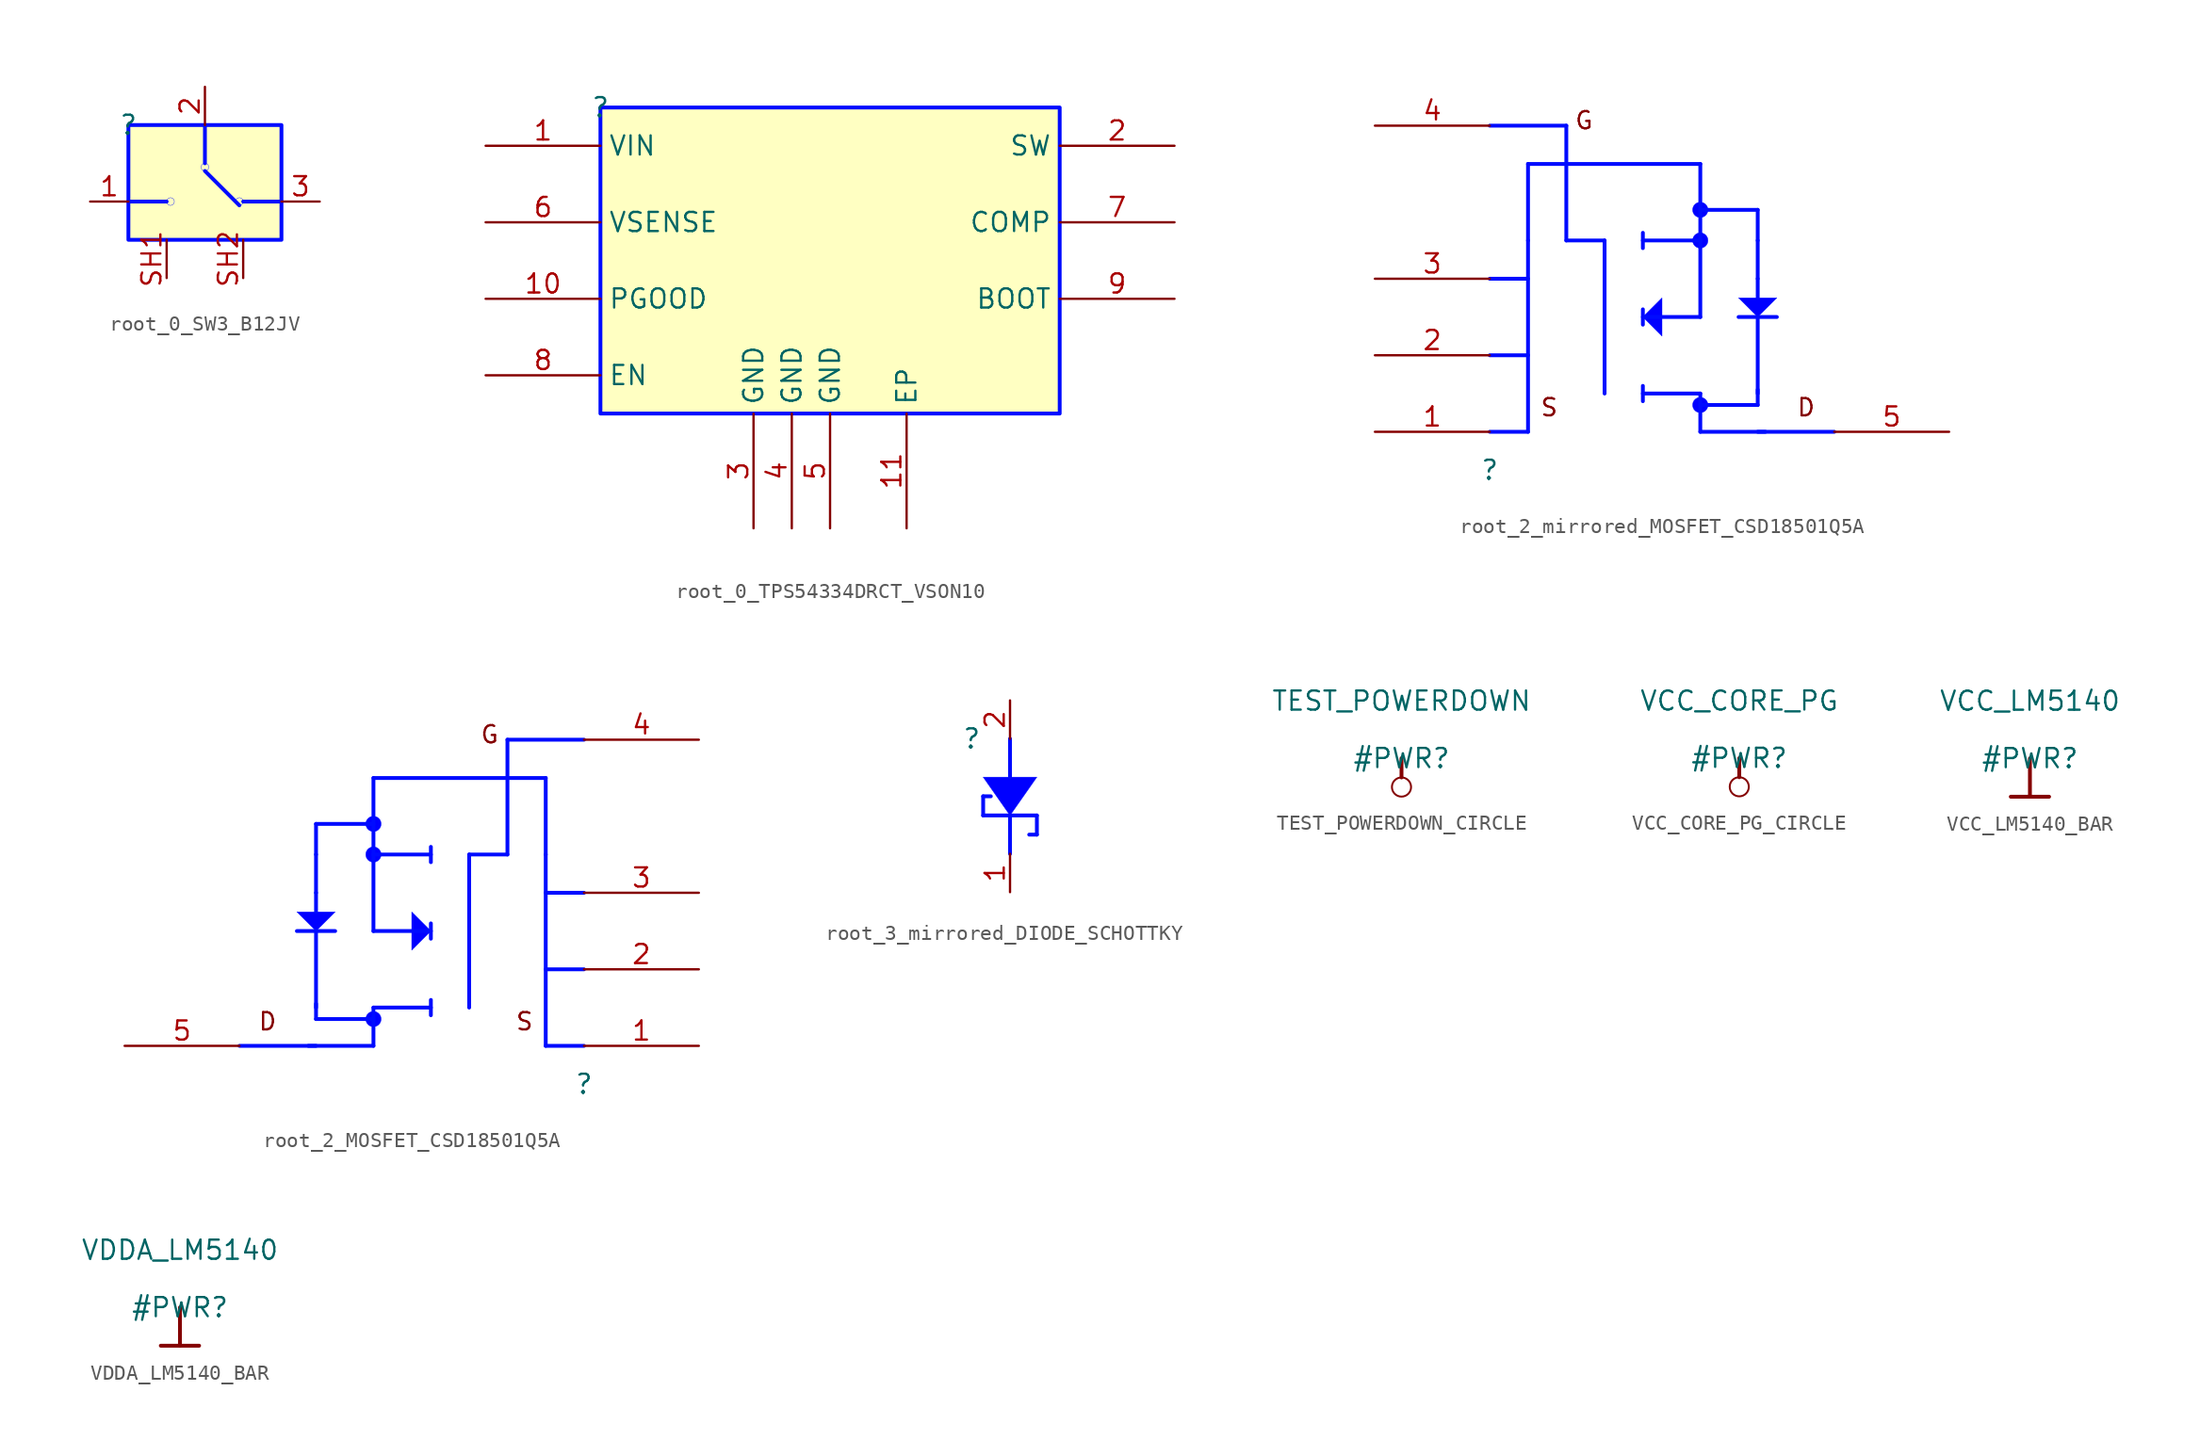
<source format=kicad_sym>
(kicad_symbol_lib
  (version 20231120)
  (generator "kicad_symbol_editor")
  (generator_version "8.0")
  (symbol "root_0_SW3_B12JV"
    (property "Reference" ""
      (at 0 0 0)
      (effects (font (size 1.27 1.27))))
    (property "Value" ""
      (at 0 0 0)
      (effects (font (size 1.27 1.27))))
    (symbol "root_0_SW3_B12JV_1_0"
      (polyline (pts (xy 0 -5.08) (xy 2.54 -5.08)) (stroke (width 0.254) (type solid) (color 0 11 255 1)) (fill (type none)))
      (polyline (pts (xy 5.08 -3.048) (xy 7.366 -5.334)) (stroke (width 0.254) (type solid) (color 0 11 255 1)) (fill (type none)))
      (polyline (pts (xy 5.08 -2.54) (xy 5.08 0)) (stroke (width 0.254) (type solid) (color 0 11 255 1)) (fill (type none)))
      (polyline (pts (xy 7.62 -5.08) (xy 10.16 -5.08)) (stroke (width 0.254) (type solid) (color 0 11 255 1)) (fill (type none)))
      (circle (center 2.794 -5.08) (radius 0.254) (stroke (width 0.025) (type solid) (color 0 11 255 1)) (fill (type none)))
      (circle (center 5.08 -2.794) (radius 0.254) (stroke (width 0.025) (type solid) (color 0 11 255 1)) (fill (type none)))
      (circle (center 7.366 -5.08) (radius 0.254) (stroke (width 0.025) (type solid) (color 0 11 255 1)) (fill (type none)))
      (rectangle (start 10.16 0) (end 0 -7.62) (stroke (width 0.254) (type solid) (color 0 11 255 1)) (fill (type background)))
      (pin passive line (at -2.54 -5.08 0) (length 2.54) (name "1" (effects (font (size 0 0)))) (number "1" (effects (font (size 1.27 1.27)))))
      (pin passive line (at 5.08 2.54 270) (length 2.54) (name "2" (effects (font (size 0 0)))) (number "2" (effects (font (size 1.27 1.27)))))
      (pin passive line (at 12.7 -5.08 180) (length 2.54) (name "3" (effects (font (size 0 0)))) (number "3" (effects (font (size 1.27 1.27)))))
      (pin passive line (at 2.54 -10.16 90) (length 2.54) (name "SH1" (effects (font (size 0 0)))) (number "SH1" (effects (font (size 1.27 1.27)))))
      (pin passive line (at 7.62 -10.16 90) (length 2.54) (name "SH2" (effects (font (size 0 0)))) (number "SH2" (effects (font (size 1.27 1.27)))))))
  (symbol "root_0_TPS54334DRCT_VSON10"
    (property "Reference" ""
      (at 0 0 0)
      (effects (font (size 1.27 1.27))))
    (property "Value" ""
      (at 0 0 0)
      (effects (font (size 1.27 1.27))))
    (symbol "root_0_TPS54334DRCT_VSON10_1_0"
      (rectangle (start 30.48 0) (end 0 -20.32) (stroke (width 0.254) (type solid) (color 0 11 255 1)) (fill (type background)))
      (pin input line (at -7.62 -2.54 0) (length 7.62) (name "VIN" (effects (font (size 1.27 1.27)))) (number "1" (effects (font (size 1.27 1.27)))))
      (pin passive line (at -7.62 -12.7 0) (length 7.62) (name "PGOOD" (effects (font (size 1.27 1.27)))) (number "10" (effects (font (size 1.27 1.27)))))
      (pin power_in line (at 20.32 -27.94 90) (length 7.62) (name "EP" (effects (font (size 1.27 1.27)))) (number "11" (effects (font (size 1.27 1.27)))))
      (pin passive line (at 38.1 -2.54 180) (length 7.62) (name "SW" (effects (font (size 1.27 1.27)))) (number "2" (effects (font (size 1.27 1.27)))))
      (pin power_in line (at 10.16 -27.94 90) (length 7.62) (name "GND" (effects (font (size 1.27 1.27)))) (number "3" (effects (font (size 1.27 1.27)))))
      (pin power_in line (at 12.7 -27.94 90) (length 7.62) (name "GND" (effects (font (size 1.27 1.27)))) (number "4" (effects (font (size 1.27 1.27)))))
      (pin power_in line (at 15.24 -27.94 90) (length 7.62) (name "GND" (effects (font (size 1.27 1.27)))) (number "5" (effects (font (size 1.27 1.27)))))
      (pin passive line (at -7.62 -7.62 0) (length 7.62) (name "VSENSE" (effects (font (size 1.27 1.27)))) (number "6" (effects (font (size 1.27 1.27)))))
      (pin passive line (at 38.1 -7.62 180) (length 7.62) (name "COMP" (effects (font (size 1.27 1.27)))) (number "7" (effects (font (size 1.27 1.27)))))
      (pin passive line (at -7.62 -17.78 0) (length 7.62) (name "EN" (effects (font (size 1.27 1.27)))) (number "8" (effects (font (size 1.27 1.27)))))
      (pin passive line (at 38.1 -12.7 180) (length 7.62) (name "BOOT" (effects (font (size 1.27 1.27)))) (number "9" (effects (font (size 1.27 1.27)))))))
  (symbol "root_2_mirrored_MOSFET_CSD18501Q5A"
    (property "Reference" ""
      (at 0 0 0)
      (effects (font (size 1.27 1.27))))
    (property "Value" ""
      (at 0 0 0)
      (effects (font (size 1.27 1.27))))
    (symbol "root_2_mirrored_MOSFET_CSD18501Q5A_1_0"
      (polyline (pts (xy 2.54 2.54) (xy 0 2.54)) (stroke (width 0.254) (type solid) (color 0 11 255 1)) (fill (type none)))
      (polyline (pts (xy 2.54 7.62) (xy 0 7.62)) (stroke (width 0.254) (type solid) (color 0 11 255 1)) (fill (type none)))
      (polyline (pts (xy 2.54 12.7) (xy 0 12.7)) (stroke (width 0.254) (type solid) (color 0 11 255 1)) (fill (type none)))
      (polyline (pts (xy 2.54 15.24) (xy 2.54 2.54)) (stroke (width 0.254) (type solid) (color 0 11 255 1)) (fill (type none)))
      (polyline (pts (xy 2.54 20.32) (xy 2.54 15.24)) (stroke (width 0.254) (type solid) (color 0 11 255 1)) (fill (type none)))
      (polyline (pts (xy 2.54 20.32) (xy 13.97 20.32)) (stroke (width 0.254) (type solid) (color 0 11 255 1)) (fill (type none)))
      (polyline (pts (xy 5.08 15.24) (xy 7.62 15.24)) (stroke (width 0.254) (type solid) (color 0 11 255 1)) (fill (type none)))
      (polyline (pts (xy 5.08 22.86) (xy 0 22.86)) (stroke (width 0.254) (type solid) (color 0 11 255 1)) (fill (type none)))
      (polyline (pts (xy 5.08 22.86) (xy 5.08 15.24)) (stroke (width 0.254) (type solid) (color 0 11 255 1)) (fill (type none)))
      (polyline (pts (xy 7.62 15.24) (xy 7.62 5.08)) (stroke (width 0.254) (type solid) (color 0 11 255 1)) (fill (type none)))
      (polyline (pts (xy 10.16 4.572) (xy 10.16 5.588)) (stroke (width 0.254) (type solid) (color 0 11 255 1)) (fill (type none)))
      (polyline (pts (xy 10.16 9.652) (xy 10.16 10.668)) (stroke (width 0.254) (type solid) (color 0 11 255 1)) (fill (type none)))
      (polyline (pts (xy 10.16 14.732) (xy 10.16 15.748)) (stroke (width 0.254) (type solid) (color 0 11 255 1)) (fill (type none)))
      (polyline (pts (xy 13.97 2.54) (xy 18.288 2.54)) (stroke (width 0.254) (type solid) (color 0 11 255 1)) (fill (type none)))
      (polyline (pts (xy 13.97 4.318) (xy 17.78 4.318)) (stroke (width 0.254) (type solid) (color 0 11 255 1)) (fill (type none)))
      (polyline (pts (xy 13.97 5.08) (xy 10.16 5.08)) (stroke (width 0.254) (type solid) (color 0 11 255 1)) (fill (type none)))
      (polyline (pts (xy 13.97 5.08) (xy 13.97 2.54)) (stroke (width 0.254) (type solid) (color 0 11 255 1)) (fill (type none)))
      (polyline (pts (xy 13.97 10.16) (xy 10.16 10.16)) (stroke (width 0.254) (type solid) (color 0 11 255 1)) (fill (type none)))
      (polyline (pts (xy 13.97 10.16) (xy 13.97 15.24)) (stroke (width 0.254) (type solid) (color 0 11 255 1)) (fill (type none)))
      (polyline (pts (xy 13.97 15.24) (xy 10.16 15.24)) (stroke (width 0.254) (type solid) (color 0 11 255 1)) (fill (type none)))
      (polyline (pts (xy 13.97 15.24) (xy 13.97 20.32)) (stroke (width 0.254) (type solid) (color 0 11 255 1)) (fill (type none)))
      (polyline (pts (xy 13.97 17.272) (xy 17.78 17.272)) (stroke (width 0.254) (type solid) (color 0 11 255 1)) (fill (type none)))
      (polyline (pts (xy 17.78 2.54) (xy 22.86 2.54)) (stroke (width 0.254) (type solid) (color 0 11 255 1)) (fill (type none)))
      (polyline (pts (xy 17.78 5.08) (xy 17.78 10.16)) (stroke (width 0.254) (type solid) (color 0 11 255 1)) (fill (type none)))
      (polyline (pts (xy 17.78 5.334) (xy 17.78 4.318)) (stroke (width 0.254) (type solid) (color 0 11 255 1)) (fill (type none)))
      (polyline (pts (xy 17.78 11.43) (xy 17.78 12.7)) (stroke (width 0.254) (type solid) (color 0 11 255 1)) (fill (type none)))
      (polyline (pts (xy 17.78 12.7) (xy 17.78 15.24)) (stroke (width 0.254) (type solid) (color 0 11 255 1)) (fill (type none)))
      (polyline (pts (xy 17.78 15.24) (xy 17.78 17.272)) (stroke (width 0.254) (type solid) (color 0 11 255 1)) (fill (type none)))
      (polyline (pts (xy 19.05 10.16) (xy 16.51 10.16)) (stroke (width 0.254) (type solid) (color 0 11 255 1)) (fill (type none)))
      (polyline (pts (xy 10.16 10.16) (xy 11.43 8.89) (xy 11.43 11.43) (xy 10.16 10.16) (xy 10.16 10.16)) (stroke (width 0.025) (type solid) (color 0 11 255 1)) (fill (type color) (color 0 0 255 1)))
      (polyline (pts (xy 16.51 11.43) (xy 19.05 11.43) (xy 17.78 10.16) (xy 16.51 11.43) (xy 16.51 11.43)) (stroke (width 0.025) (type solid) (color 0 11 255 1)) (fill (type color) (color 0 0 255 1)))
      (circle (center 13.97 4.318) (radius 0.508) (stroke (width 0.025) (type solid) (color 0 11 255 1)) (fill (type color) (color 0 0 255 1)))
      (circle (center 13.97 15.24) (radius 0.508) (stroke (width 0.025) (type solid) (color 0 11 255 1)) (fill (type color) (color 0 0 255 1)))
      (circle (center 13.97 17.272) (radius 0.508) (stroke (width 0.025) (type solid) (color 0 11 255 1)) (fill (type color) (color 0 0 255 1)))
      (text "D" (at 20.32 4.826 0) (effects (font (size 1.143 1.143)) (justify left top)))
      (text "G" (at 5.588 23.876 0) (effects (font (size 1.143 1.143)) (justify left top)))
      (text "S" (at 3.302 4.826 0) (effects (font (size 1.143 1.143)) (justify left top)))
      (pin passive line (at -7.62 2.54 0) (length 7.62) (name "S1" (effects (font (size 0 0)))) (number "1" (effects (font (size 1.27 1.27)))))
      (pin passive line (at -7.62 7.62 0) (length 7.62) (name "S2" (effects (font (size 0 0)))) (number "2" (effects (font (size 1.27 1.27)))))
      (pin passive line (at -7.62 12.7 0) (length 7.62) (name "S3" (effects (font (size 0 0)))) (number "3" (effects (font (size 1.27 1.27)))))
      (pin passive line (at -7.62 22.86 0) (length 7.62) (name "G" (effects (font (size 0 0)))) (number "4" (effects (font (size 1.27 1.27)))))
      (pin passive line (at 30.48 2.54 180) (length 7.62) (name "D" (effects (font (size 0 0)))) (number "5" (effects (font (size 1.27 1.27)))))))
  (symbol "root_2_MOSFET_CSD18501Q5A"
    (property "Reference" ""
      (at 0 0 0)
      (effects (font (size 1.27 1.27))))
    (property "Value" ""
      (at 0 0 0)
      (effects (font (size 1.27 1.27))))
    (symbol "root_2_MOSFET_CSD18501Q5A_1_0"
      (circle (center -13.97 4.318) (radius 0.508) (stroke (width 0.025) (type solid) (color 0 11 255 1)) (fill (type color) (color 0 0 255 1)))
      (circle (center -13.97 15.24) (radius 0.508) (stroke (width 0.025) (type solid) (color 0 11 255 1)) (fill (type color) (color 0 0 255 1)))
      (circle (center -13.97 17.272) (radius 0.508) (stroke (width 0.025) (type solid) (color 0 11 255 1)) (fill (type color) (color 0 0 255 1)))
      (polyline (pts (xy -19.05 10.16) (xy -16.51 10.16)) (stroke (width 0.254) (type solid) (color 0 11 255 1)) (fill (type none)))
      (polyline (pts (xy -17.78 2.54) (xy -22.86 2.54)) (stroke (width 0.254) (type solid) (color 0 11 255 1)) (fill (type none)))
      (polyline (pts (xy -17.78 5.08) (xy -17.78 10.16)) (stroke (width 0.254) (type solid) (color 0 11 255 1)) (fill (type none)))
      (polyline (pts (xy -17.78 5.334) (xy -17.78 4.318)) (stroke (width 0.254) (type solid) (color 0 11 255 1)) (fill (type none)))
      (polyline (pts (xy -17.78 11.43) (xy -17.78 12.7)) (stroke (width 0.254) (type solid) (color 0 11 255 1)) (fill (type none)))
      (polyline (pts (xy -17.78 12.7) (xy -17.78 15.24)) (stroke (width 0.254) (type solid) (color 0 11 255 1)) (fill (type none)))
      (polyline (pts (xy -17.78 15.24) (xy -17.78 17.272)) (stroke (width 0.254) (type solid) (color 0 11 255 1)) (fill (type none)))
      (polyline (pts (xy -13.97 2.54) (xy -18.288 2.54)) (stroke (width 0.254) (type solid) (color 0 11 255 1)) (fill (type none)))
      (polyline (pts (xy -13.97 4.318) (xy -17.78 4.318)) (stroke (width 0.254) (type solid) (color 0 11 255 1)) (fill (type none)))
      (polyline (pts (xy -13.97 5.08) (xy -13.97 2.54)) (stroke (width 0.254) (type solid) (color 0 11 255 1)) (fill (type none)))
      (polyline (pts (xy -13.97 5.08) (xy -10.16 5.08)) (stroke (width 0.254) (type solid) (color 0 11 255 1)) (fill (type none)))
      (polyline (pts (xy -13.97 10.16) (xy -13.97 15.24)) (stroke (width 0.254) (type solid) (color 0 11 255 1)) (fill (type none)))
      (polyline (pts (xy -13.97 10.16) (xy -10.16 10.16)) (stroke (width 0.254) (type solid) (color 0 11 255 1)) (fill (type none)))
      (polyline (pts (xy -13.97 15.24) (xy -13.97 20.32)) (stroke (width 0.254) (type solid) (color 0 11 255 1)) (fill (type none)))
      (polyline (pts (xy -13.97 15.24) (xy -10.16 15.24)) (stroke (width 0.254) (type solid) (color 0 11 255 1)) (fill (type none)))
      (polyline (pts (xy -13.97 17.272) (xy -17.78 17.272)) (stroke (width 0.254) (type solid) (color 0 11 255 1)) (fill (type none)))
      (polyline (pts (xy -10.16 4.572) (xy -10.16 5.588)) (stroke (width 0.254) (type solid) (color 0 11 255 1)) (fill (type none)))
      (polyline (pts (xy -10.16 9.652) (xy -10.16 10.668)) (stroke (width 0.254) (type solid) (color 0 11 255 1)) (fill (type none)))
      (polyline (pts (xy -10.16 14.732) (xy -10.16 15.748)) (stroke (width 0.254) (type solid) (color 0 11 255 1)) (fill (type none)))
      (polyline (pts (xy -7.62 15.24) (xy -7.62 5.08)) (stroke (width 0.254) (type solid) (color 0 11 255 1)) (fill (type none)))
      (polyline (pts (xy -5.08 15.24) (xy -7.62 15.24)) (stroke (width 0.254) (type solid) (color 0 11 255 1)) (fill (type none)))
      (polyline (pts (xy -5.08 22.86) (xy -5.08 15.24)) (stroke (width 0.254) (type solid) (color 0 11 255 1)) (fill (type none)))
      (polyline (pts (xy -5.08 22.86) (xy 0 22.86)) (stroke (width 0.254) (type solid) (color 0 11 255 1)) (fill (type none)))
      (polyline (pts (xy -2.54 2.54) (xy 0 2.54)) (stroke (width 0.254) (type solid) (color 0 11 255 1)) (fill (type none)))
      (polyline (pts (xy -2.54 7.62) (xy 0 7.62)) (stroke (width 0.254) (type solid) (color 0 11 255 1)) (fill (type none)))
      (polyline (pts (xy -2.54 12.7) (xy 0 12.7)) (stroke (width 0.254) (type solid) (color 0 11 255 1)) (fill (type none)))
      (polyline (pts (xy -2.54 15.24) (xy -2.54 2.54)) (stroke (width 0.254) (type solid) (color 0 11 255 1)) (fill (type none)))
      (polyline (pts (xy -2.54 20.32) (xy -13.97 20.32)) (stroke (width 0.254) (type solid) (color 0 11 255 1)) (fill (type none)))
      (polyline (pts (xy -2.54 20.32) (xy -2.54 15.24)) (stroke (width 0.254) (type solid) (color 0 11 255 1)) (fill (type none)))
      (polyline (pts (xy -16.51 11.43) (xy -19.05 11.43) (xy -17.78 10.16) (xy -16.51 11.43) (xy -16.51 11.43)) (stroke (width 0.025) (type solid) (color 0 11 255 1)) (fill (type color) (color 0 0 255 1)))
      (polyline (pts (xy -10.16 10.16) (xy -11.43 8.89) (xy -11.43 11.43) (xy -10.16 10.16) (xy -10.16 10.16)) (stroke (width 0.025) (type solid) (color 0 11 255 1)) (fill (type color) (color 0 0 255 1)))
      (text "D" (at -20.32 4.826 0) (effects (font (size 1.143 1.143)) (justify right top)))
      (text "G" (at -5.588 23.876 0) (effects (font (size 1.143 1.143)) (justify right top)))
      (text "S" (at -3.302 4.826 0) (effects (font (size 1.143 1.143)) (justify right top)))
      (pin passive line (at 7.62 2.54 180) (length 7.62) (name "S1" (effects (font (size 0 0)))) (number "1" (effects (font (size 1.27 1.27)))))
      (pin passive line (at 7.62 7.62 180) (length 7.62) (name "S2" (effects (font (size 0 0)))) (number "2" (effects (font (size 1.27 1.27)))))
      (pin passive line (at 7.62 12.7 180) (length 7.62) (name "S3" (effects (font (size 0 0)))) (number "3" (effects (font (size 1.27 1.27)))))
      (pin passive line (at 7.62 22.86 180) (length 7.62) (name "G" (effects (font (size 0 0)))) (number "4" (effects (font (size 1.27 1.27)))))
      (pin passive line (at -30.48 2.54 0) (length 7.62) (name "D" (effects (font (size 0 0)))) (number "5" (effects (font (size 1.27 1.27)))))))
  (symbol "root_3_mirrored_DIODE_SCHOTTKY"
    (property "Reference" ""
      (at 0 0 0)
      (effects (font (size 1.27 1.27))))
    (property "Value" ""
      (at 0 0 0)
      (effects (font (size 1.27 1.27))))
    (symbol "root_3_mirrored_DIODE_SCHOTTKY_1_0"
      (polyline (pts (xy 0.762 -5.08) (xy 0.762 -3.81)) (stroke (width 0.254) (type solid) (color 0 11 255 1)) (fill (type none)))
      (polyline (pts (xy 0.762 -5.08) (xy 4.318 -5.08)) (stroke (width 0.254) (type solid) (color 0 11 255 1)) (fill (type none)))
      (polyline (pts (xy 0.762 -3.81) (xy 1.27 -3.81)) (stroke (width 0.254) (type solid) (color 0 11 255 1)) (fill (type none)))
      (polyline (pts (xy 2.54 -5.08) (xy 2.54 -7.62)) (stroke (width 0.254) (type solid) (color 0 11 255 1)) (fill (type none)))
      (polyline (pts (xy 2.54 0) (xy 2.54 -2.54)) (stroke (width 0.254) (type solid) (color 0 11 255 1)) (fill (type none)))
      (polyline (pts (xy 4.318 -6.35) (xy 3.81 -6.35)) (stroke (width 0.254) (type solid) (color 0 11 255 1)) (fill (type none)))
      (polyline (pts (xy 4.318 -5.08) (xy 4.318 -6.35)) (stroke (width 0.254) (type solid) (color 0 11 255 1)) (fill (type none)))
      (polyline (pts (xy 2.54 -5.08) (xy 2.54 -5.08) (xy 4.318 -2.54) (xy 0.762 -2.54) (xy 2.54 -5.08) (xy 2.54 -5.08)) (stroke (width 0.025) (type solid) (color 0 11 255 1)) (fill (type color) (color 0 0 255 1)))
      (pin passive line (at 2.54 -10.16 90) (length 2.54) (name "CATHODE" (effects (font (size 0 0)))) (number "1" (effects (font (size 1.27 1.27)))))
      (pin passive line (at 2.54 2.54 270) (length 2.54) (name "ANODE" (effects (font (size 0 0)))) (number "2" (effects (font (size 1.27 1.27)))))))
  (symbol "TEST_POWERDOWN_CIRCLE"
    (power)
    (property "Reference" "#PWR"
      (at 0 0 0)
      (effects (font (size 1.27 1.27))))
    (property "Value" "TEST_POWERDOWN"
      (at 0 3.81 0)
      (effects (font (size 1.27 1.27))))
    (symbol "TEST_POWERDOWN_CIRCLE_0_0"
      (circle (center 0 -1.905) (radius 0.635) (stroke (width 0.127) (type solid)) (fill (type none)))
      (polyline (pts (xy 0 0) (xy 0 -1.27)) (stroke (width 0.254) (type solid)) (fill (type none)))
      (pin power_in line (at 0 0 0) (length 0) hide (name "TEST_POWERDOWN" (effects (font (size 1.27 1.27)))) (number "" (effects (font (size 1.27 1.27)))))))
  (symbol "VCC_CORE_PG_CIRCLE"
    (power)
    (property "Reference" "#PWR"
      (at 0 0 0)
      (effects (font (size 1.27 1.27))))
    (property "Value" "VCC_CORE_PG"
      (at 0 3.81 0)
      (effects (font (size 1.27 1.27))))
    (symbol "VCC_CORE_PG_CIRCLE_0_0"
      (circle (center 0 -1.905) (radius 0.635) (stroke (width 0.127) (type solid)) (fill (type none)))
      (polyline (pts (xy 0 0) (xy 0 -1.27)) (stroke (width 0.254) (type solid)) (fill (type none)))
      (pin power_in line (at 0 0 0) (length 0) hide (name "VCC_CORE_PG" (effects (font (size 1.27 1.27)))) (number "" (effects (font (size 1.27 1.27)))))))
  (symbol "VCC_LM5140_BAR"
    (power)
    (property "Reference" "#PWR"
      (at 0 0 0)
      (effects (font (size 1.27 1.27))))
    (property "Value" "VCC_LM5140"
      (at 0 3.81 0)
      (effects (font (size 1.27 1.27))))
    (symbol "VCC_LM5140_BAR_0_0"
      (polyline (pts (xy -1.27 -2.54) (xy 1.27 -2.54)) (stroke (width 0.254) (type solid)) (fill (type none)))
      (polyline (pts (xy 0 0) (xy 0 -2.54)) (stroke (width 0.254) (type solid)) (fill (type none)))
      (pin power_in line (at 0 0 0) (length 0) hide (name "VCC_LM5140" (effects (font (size 1.27 1.27)))) (number "" (effects (font (size 1.27 1.27)))))))
  (symbol "VDDA_LM5140_BAR"
    (power)
    (property "Reference" "#PWR"
      (at 0 0 0)
      (effects (font (size 1.27 1.27))))
    (property "Value" "VDDA_LM5140"
      (at 0 3.81 0)
      (effects (font (size 1.27 1.27))))
    (symbol "VDDA_LM5140_BAR_0_0"
      (polyline (pts (xy -1.27 -2.54) (xy 1.27 -2.54)) (stroke (width 0.254) (type solid)) (fill (type none)))
      (polyline (pts (xy 0 0) (xy 0 -2.54)) (stroke (width 0.254) (type solid)) (fill (type none)))
      (pin power_in line (at 0 0 0) (length 0) hide (name "VDDA_LM5140" (effects (font (size 1.27 1.27)))) (number "" (effects (font (size 1.27 1.27))))))))
</source>
